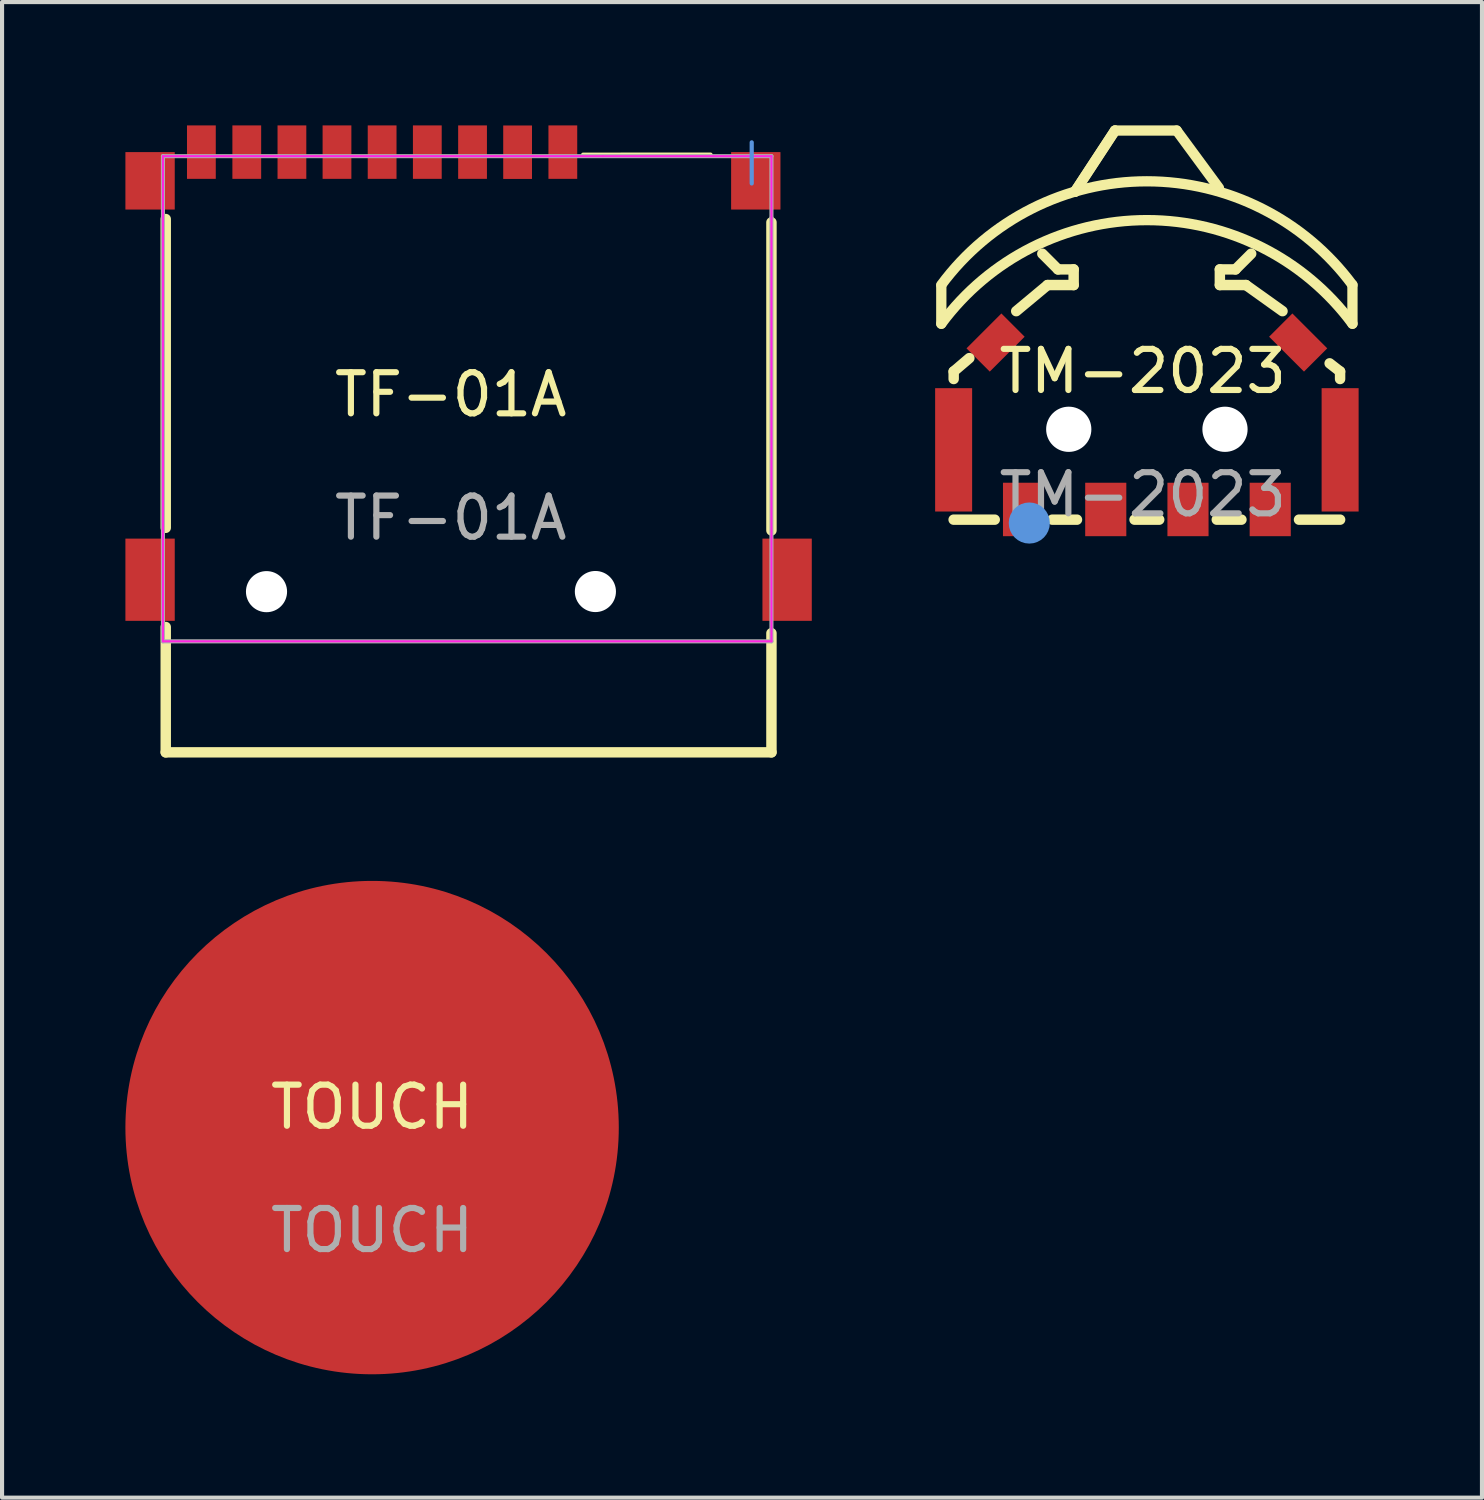
<source format=kicad_pcb>
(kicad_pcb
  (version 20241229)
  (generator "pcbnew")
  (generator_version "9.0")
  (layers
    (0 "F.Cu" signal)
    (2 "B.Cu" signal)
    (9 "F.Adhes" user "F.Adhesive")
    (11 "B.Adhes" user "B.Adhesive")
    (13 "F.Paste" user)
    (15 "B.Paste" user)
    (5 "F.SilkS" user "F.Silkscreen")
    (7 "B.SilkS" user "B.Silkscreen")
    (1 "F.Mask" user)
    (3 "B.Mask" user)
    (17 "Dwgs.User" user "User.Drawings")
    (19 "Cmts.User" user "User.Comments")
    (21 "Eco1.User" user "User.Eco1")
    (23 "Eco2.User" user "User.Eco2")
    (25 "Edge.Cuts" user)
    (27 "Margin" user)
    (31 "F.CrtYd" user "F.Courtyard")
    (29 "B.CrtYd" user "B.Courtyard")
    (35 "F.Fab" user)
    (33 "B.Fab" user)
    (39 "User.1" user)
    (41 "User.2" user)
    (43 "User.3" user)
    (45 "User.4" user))
  (footprint "TF-01A"
    (layer "F.Cu")
    (at 7.913 7.048)
    (property "Reference" "TF-01A" (at 0 -0.5 0) (unlocked yes) (layer "F.SilkS") (effects (font (size 1 1) (thickness 0.15))))
    (fp_line (start -6.932 -4.77) (end -6.932 2.739) (stroke (width 0.254) (type solid)) (layer "F.SilkS"))
    (fp_line (start -6.932 5.152) (end -6.932 8.2) (stroke (width 0.254) (type solid)) (layer "F.SilkS"))
    (fp_line (start -6.932 8.2) (end 7.8 8.2) (stroke (width 0.254) (type solid)) (layer "F.SilkS"))
    (fp_line (start 3.22 -6.336) (end 6.319 -6.337) (stroke (width 0.102) (type solid)) (layer "F.SilkS"))
    (fp_line (start 7.8 2.803) (end 7.8 -4.69) (stroke (width 0.254) (type solid)) (layer "F.SilkS"))
    (fp_line (start 7.8 8.2) (end 7.8 5.302) (stroke (width 0.254) (type solid)) (layer "F.SilkS"))
    (fp_line (start 7.32 -5.636) (end 7.32 -6.636) (stroke (width 0.102) (type solid)) (layer "Cmts.User"))
    (fp_line (start -7 -4.8) (end -7 -6.3) (stroke (width 0.05) (type solid)) (layer "F.CrtYd"))
    (fp_line (start -7 -4.8) (end -7 5.2) (stroke (width 0.05) (type solid)) (layer "F.CrtYd"))
    (fp_line (start -7 5.2) (end -7 5.5) (stroke (width 0.05) (type solid)) (layer "F.CrtYd"))
    (fp_line (start -7 5.5) (end 7.8 5.5) (stroke (width 0.05) (type solid)) (layer "F.CrtYd"))
    (fp_line (start 3.7 -6.3) (end -7 -6.3) (stroke (width 0.05) (type solid)) (layer "F.CrtYd"))
    (fp_line (start 7.8 -6.3) (end 3.7 -6.3) (stroke (width 0.05) (type solid)) (layer "F.CrtYd"))
    (fp_line (start 7.8 5.5) (end 7.8 -6.3) (stroke (width 0.05) (type solid)) (layer "F.CrtYd"))
    (fp_line (start -7 -6.3) (end -7 5.5) (stroke (width 0.1) (type solid)) (layer "F.Fab"))
    (fp_line (start -7 5.5) (end 7.8 5.5) (stroke (width 0.1) (type solid)) (layer "F.Fab"))
    (fp_line (start 7.8 -6.3) (end -7 -6.3) (stroke (width 0.1) (type solid)) (layer "F.Fab"))
    (fp_line (start 7.8 -4.8) (end 7.8 -6.3) (stroke (width 0.1) (type solid)) (layer "F.Fab"))
    (fp_line (start 7.8 5.5) (end 7.8 -4.8) (stroke (width 0.1) (type solid)) (layer "F.Fab"))
    (fp_text user "${REFERENCE}" (at 0 2.5 0) (unlocked yes) (layer "F.Fab") (effects (font (size 1 1) (thickness 0.15))))
    (pad "" np_thru_hole circle (at -4.481 4.292) (size 1 1) (drill 1) (layers "*.Cu" "*.Mask"))
    (pad "" np_thru_hole circle (at 3.518 4.289) (size 1 1) (drill 1) (layers "*.Cu" "*.Mask"))
    (pad "1" smd rect (at 2.726 -6.398) (size 0.7 1.3) (layers "F.Cu" "F.Mask" "F.Paste"))
    (pad "2" smd rect (at 1.626 -6.396) (size 0.7 1.3) (layers "F.Cu" "F.Mask" "F.Paste"))
    (pad "3" smd rect (at 0.53 -6.398) (size 0.7 1.3) (layers "F.Cu" "F.Mask" "F.Paste"))
    (pad "4" smd rect (at -0.57 -6.398) (size 0.7 1.3) (layers "F.Cu" "F.Mask" "F.Paste"))
    (pad "5" smd rect (at -1.669 -6.398) (size 0.7 1.3) (layers "F.Cu" "F.Mask" "F.Paste"))
    (pad "6" smd rect (at -2.767 -6.398) (size 0.7 1.3) (layers "F.Cu" "F.Mask" "F.Paste"))
    (pad "7" smd rect (at -3.863 -6.398) (size 0.7 1.3) (layers "F.Cu" "F.Mask" "F.Paste"))
    (pad "8" smd rect (at -4.961 -6.398) (size 0.7 1.3) (layers "F.Cu" "F.Mask" "F.Paste"))
    (pad "9" smd rect (at -7.313 -5.7) (size 1.2 1.397) (layers "F.Cu" "F.Mask" "F.Paste"))
    (pad "9" smd rect (at -7.313 4.002) (size 1.2 2) (layers "F.Cu" "F.Mask" "F.Paste"))
    (pad "9" smd rect (at -6.065 -6.398) (size 0.7 1.3) (layers "F.Cu" "F.Mask" "F.Paste"))
    (pad "9" smd rect (at 7.419 -5.7) (size 1.2 1.397) (layers "F.Cu" "F.Mask" "F.Paste"))
    (pad "9" smd rect (at 8.181 4.002) (size 1.2 2) (layers "F.Cu" "F.Mask" "F.Paste")))
  (footprint "TOUCH"
    (layer "F.Cu")
    (at 6 24.375)
    (property "Reference" "TOUCH" (at 0 -0.5 0) (unlocked yes) (layer "F.SilkS") (effects (font (size 1 1) (thickness 0.15))))
    (attr smd)
    (fp_text user "${REFERENCE}" (at 0 2.5 0) (unlocked yes) (layer "F.Fab") (effects (font (size 1 1) (thickness 0.15))))
    (pad "1" smd circle (at 0 0) (size 12 12) (layers "F.Cu" "F.Mask" "F.Paste")))
  (footprint "TM-2023"
    (layer "F.Cu")
    (at 24.744 6.48)
    (property "Reference" "TM-2023" (at 0 -0.5 0) (unlocked yes) (layer "F.SilkS") (effects (font (size 1 1) (thickness 0.15))))
    (attr smd)
    (fp_line (start -4.9 -1.656) (end -4.9 -2.584) (stroke (width 0.25) (type solid)) (layer "F.SilkS"))
    (fp_line (start -4.6 3.109) (end -3.6 3.109) (stroke (width 0.254) (type solid)) (layer "F.SilkS"))
    (fp_line (start -4.599 -0.495) (end -4.218 -0.82) (stroke (width 0.254) (type solid)) (layer "F.SilkS"))
    (fp_line (start -4.599 -0.312) (end -4.599 -0.495) (stroke (width 0.254) (type solid)) (layer "F.SilkS"))
    (fp_line (start -2.443 -3.359) (end -2.062 -2.978) (stroke (width 0.254) (type solid)) (layer "F.SilkS"))
    (fp_line (start -2.316 -2.597) (end -3.078 -1.962) (stroke (width 0.254) (type solid)) (layer "F.SilkS"))
    (fp_line (start -2.2 3.109) (end -1.6 3.109) (stroke (width 0.254) (type solid)) (layer "F.SilkS"))
    (fp_line (start -2.062 -2.978) (end -1.681 -2.978) (stroke (width 0.254) (type solid)) (layer "F.SilkS"))
    (fp_line (start -1.681 -2.978) (end -1.681 -2.597) (stroke (width 0.254) (type solid)) (layer "F.SilkS"))
    (fp_line (start -1.681 -2.597) (end -2.316 -2.597) (stroke (width 0.254) (type solid)) (layer "F.SilkS"))
    (fp_line (start -1.653 -4.863) (end -0.675 -6.355) (stroke (width 0.25) (type solid)) (layer "F.SilkS"))
    (fp_line (start -0.675 -6.355) (end -1.653 -4.863) (stroke (width 0.25) (type solid)) (layer "F.SilkS"))
    (fp_line (start -0.675 -6.355) (end 0.825 -6.355) (stroke (width 0.25) (type solid)) (layer "F.SilkS"))
    (fp_line (start -0.2 3.109) (end 0.4 3.109) (stroke (width 0.254) (type solid)) (layer "F.SilkS"))
    (fp_line (start 0.825 -6.355) (end 1.853 -4.958) (stroke (width 0.25) (type solid)) (layer "F.SilkS"))
    (fp_line (start 1.8 3.109) (end 2.4 3.109) (stroke (width 0.254) (type solid)) (layer "F.SilkS"))
    (fp_line (start 1.875 -2.978) (end 1.875 -2.597) (stroke (width 0.254) (type solid)) (layer "F.SilkS"))
    (fp_line (start 1.875 -2.597) (end 2.51 -2.597) (stroke (width 0.254) (type solid)) (layer "F.SilkS"))
    (fp_line (start 2.256 -2.978) (end 1.875 -2.978) (stroke (width 0.254) (type solid)) (layer "F.SilkS"))
    (fp_line (start 2.51 -2.597) (end 3.399 -1.962) (stroke (width 0.254) (type solid)) (layer "F.SilkS"))
    (fp_line (start 2.637 -3.359) (end 2.256 -2.978) (stroke (width 0.254) (type solid)) (layer "F.SilkS"))
    (fp_line (start 3.8 3.109) (end 4.8 3.109) (stroke (width 0.254) (type solid)) (layer "F.SilkS"))
    (fp_line (start 4.799 -0.495) (end 4.545 -0.693) (stroke (width 0.254) (type solid)) (layer "F.SilkS"))
    (fp_line (start 4.799 -0.312) (end 4.799 -0.495) (stroke (width 0.254) (type solid)) (layer "F.SilkS"))
    (fp_line (start 5.1 -1.656) (end 5.1 -2.6) (stroke (width 0.25) (type solid)) (layer "F.SilkS"))
    (fp_arc (start -4.9 -2.6) (mid 0.09999 -5.120461) (end 5.09998 -2.600001) (stroke (width 0.250012) (type solid)) (layer "F.SilkS"))
    (fp_arc (start -4.899416 -1.655857) (mid 0.100575 -4.176317) (end 5.100565 -1.655856) (stroke (width 0.250012) (type solid)) (layer "F.SilkS"))
    (fp_circle (center -2.76 3.191) (end -2.76 3.441) (stroke (width 0.5) (type solid)) (fill no) (layer "Cmts.User"))
    (fp_text user "${REFERENCE}" (at 0 2.5 0) (unlocked yes) (layer "F.Fab") (effects (font (size 1 1) (thickness 0.15))))
    (pad "" np_thru_hole circle (at -1.8 0.911) (size 1.1 1.1) (drill 1.1) (layers "*.Cu" "*.Mask"))
    (pad "" np_thru_hole circle (at 2 0.911) (size 1.1 1.1) (drill 1.1) (layers "*.Cu" "*.Mask"))
    (pad "1" smd rect (at -2.9 2.861) (size 1 1.3) (layers "F.Cu" "F.Mask" "F.Paste"))
    (pad "2" smd rect (at 3.1 2.861) (size 1 1.3) (layers "F.Cu" "F.Mask" "F.Paste"))
    (pad "3" smd rect (at -4.6 1.411) (size 0.9 3) (layers "F.Cu" "F.Mask" "F.Paste"))
    (pad "4" smd rect (at 4.8 1.411) (size 0.9 3) (layers "F.Cu" "F.Mask" "F.Paste"))
    (pad "5" smd rect (at 3.78 -1.199 315) (size 1.2 0.8) (layers "F.Cu" "F.Mask" "F.Paste"))
    (pad "6" smd rect (at -3.58 -1.199 45) (size 1.2 0.8) (layers "F.Cu" "F.Mask" "F.Paste"))
    (pad "C" smd rect (at -0.9 2.861) (size 1 1.3) (layers "F.Cu" "F.Mask" "F.Paste"))
    (pad "T" smd rect (at 1.1 2.861) (size 1 1.3) (layers "F.Cu" "F.Mask" "F.Paste")))
  (gr_rect
    (start -3 -3)
    (end 32.994 33.375)
    (stroke (width 0.1) (type default))
    (fill no)
    (layer "Edge.Cuts")))
</source>
